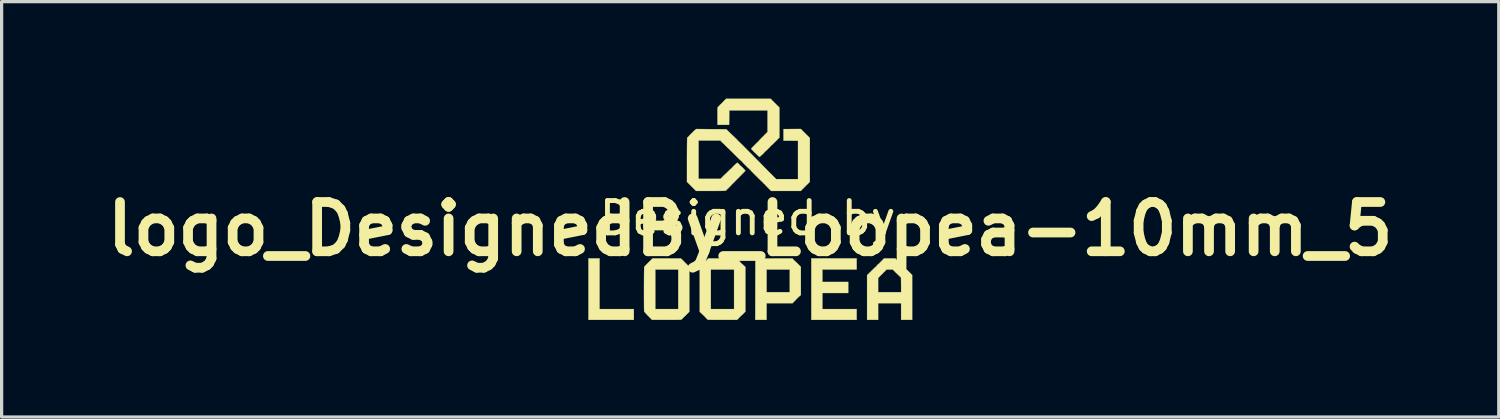
<source format=kicad_pcb>
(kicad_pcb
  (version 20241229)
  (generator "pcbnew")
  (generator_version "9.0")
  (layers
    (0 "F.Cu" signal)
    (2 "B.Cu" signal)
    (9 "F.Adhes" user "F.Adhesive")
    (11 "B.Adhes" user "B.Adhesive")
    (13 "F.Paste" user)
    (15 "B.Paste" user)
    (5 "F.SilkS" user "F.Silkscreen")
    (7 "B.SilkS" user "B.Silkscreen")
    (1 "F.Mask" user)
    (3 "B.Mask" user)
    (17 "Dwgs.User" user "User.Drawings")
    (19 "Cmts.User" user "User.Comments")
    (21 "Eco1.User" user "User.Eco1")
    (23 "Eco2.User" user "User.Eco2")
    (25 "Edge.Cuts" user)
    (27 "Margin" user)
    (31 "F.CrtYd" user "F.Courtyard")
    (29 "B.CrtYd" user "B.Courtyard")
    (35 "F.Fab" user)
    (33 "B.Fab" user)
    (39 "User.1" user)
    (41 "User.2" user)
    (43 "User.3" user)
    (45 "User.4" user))
  (footprint "logo_DesignedBy_Loopea-10mm_5"
    (layer "F.Cu")
    (at 20.146 4.031)
    (property "Reference" "logo_DesignedBy_Loopea-10mm_5" (at 0 0 0) (layer "F.SilkS") (effects (font (size 1.524 1.524) (thickness 0.3))))
    (attr through_hole)
    (fp_poly (pts (xy -4.659 2.476) (xy -3.599 2.476) (xy -3.599 2.808) (xy -4.999 2.808) (xy -4.999 0.91) (xy -4.659 0.91) (xy -4.659 2.476)) (stroke (width 0.01) (type solid)) (fill yes) (layer "F.SilkS"))
    (fp_poly (pts (xy 3.291 1.25) (xy 2.231 1.25) (xy 2.231 1.637) (xy 3.03 1.637) (xy 3.03 1.978) (xy 2.231 1.978) (xy 2.231 2.476) (xy 3.291 2.476) (xy 3.291 2.808) (xy 1.891 2.808) (xy 1.891 0.91) (xy 3.291 0.91) (xy 3.291 1.25)) (stroke (width 0.01) (type solid)) (fill yes) (layer "F.SilkS"))
    (fp_poly (pts (xy 1.34 0.95) (xy 1.358 0.969) (xy 1.371 0.982) (xy 1.376 0.986) (xy 1.376 0.985) (xy 1.382 0.989) (xy 1.396 1.003) (xy 1.418 1.024) (xy 1.446 1.051) (xy 1.471 1.076) (xy 1.566 1.171) (xy 1.566 2.038) (xy 1.536 2.067) (xy 1.518 2.082) (xy 1.504 2.09) (xy 1.499 2.09) (xy 1.496 2.09) (xy 1.498 2.093) (xy 1.497 2.104) (xy 1.489 2.114) (xy 1.479 2.116) (xy 1.477 2.115) (xy 1.472 2.116) (xy 1.471 2.119) (xy 1.466 2.128) (xy 1.451 2.145) (xy 1.429 2.169) (xy 1.402 2.198) (xy 1.389 2.211) (xy 1.307 2.294) (xy 0.506 2.294) (xy 0.506 2.808) (xy 0.158 2.808) (xy 0.16 1.861) (xy 0.161 1.25) (xy 0.506 1.25) (xy 0.506 1.954) (xy 1.226 1.954) (xy 1.226 1.25) (xy 0.506 1.25) (xy 0.161 1.25) (xy 0.162 0.914) (xy 1.303 0.91) (xy 1.34 0.95)) (stroke (width 0.01) (type solid)) (fill yes) (layer "F.SilkS"))
    (fp_poly (pts (xy -0.423 0.91) (xy -0.343 0.988) (xy -0.314 1.016) (xy -0.291 1.041) (xy -0.275 1.059) (xy -0.267 1.07) (xy -0.267 1.072) (xy -0.267 1.075) (xy -0.265 1.074) (xy -0.256 1.078) (xy -0.239 1.091) (xy -0.216 1.111) (xy -0.203 1.123) (xy -0.15 1.174) (xy -0.15 2.555) (xy -0.21 2.614) (xy -0.234 2.639) (xy -0.255 2.658) (xy -0.268 2.67) (xy -0.273 2.674) (xy -0.279 2.679) (xy -0.294 2.694) (xy -0.316 2.715) (xy -0.342 2.741) (xy -0.407 2.808) (xy -0.858 2.807) (xy -1.309 2.806) (xy -1.37 2.744) (xy -1.394 2.719) (xy -1.412 2.698) (xy -1.423 2.683) (xy -1.426 2.678) (xy -1.427 2.674) (xy -1.43 2.674) (xy -1.444 2.669) (xy -1.458 2.658) (xy -1.466 2.645) (xy -1.466 2.639) (xy -1.465 2.634) (xy -1.468 2.636) (xy -1.476 2.634) (xy -1.492 2.623) (xy -1.513 2.605) (xy -1.516 2.601) (xy -1.558 2.56) (xy -1.558 1.25) (xy -1.218 1.25) (xy -1.218 2.476) (xy -0.498 2.476) (xy -0.498 1.25) (xy -1.218 1.25) (xy -1.558 1.25) (xy -1.558 1.17) (xy -1.506 1.119) (xy -1.483 1.097) (xy -1.463 1.079) (xy -1.449 1.069) (xy -1.446 1.068) (xy -1.441 1.065) (xy -1.442 1.063) (xy -1.442 1.055) (xy -1.434 1.045) (xy -1.424 1.041) (xy -1.422 1.042) (xy -1.416 1.04) (xy -1.416 1.038) (xy -1.411 1.027) (xy -1.4 1.012) (xy -1.388 1) (xy -1.381 0.997) (xy -1.373 0.991) (xy -1.358 0.977) (xy -1.339 0.957) (xy -1.335 0.953) (xy -1.296 0.91) (xy -0.423 0.91)) (stroke (width 0.01) (type solid)) (fill yes) (layer "F.SilkS"))
    (fp_poly (pts (xy -1.883 1.169) (xy -1.883 2.559) (xy -1.974 2.65) (xy -2.004 2.68) (xy -2.03 2.705) (xy -2.05 2.723) (xy -2.062 2.732) (xy -2.065 2.733) (xy -2.068 2.733) (xy -2.075 2.745) (xy -2.075 2.745) (xy -2.088 2.762) (xy -2.107 2.78) (xy -2.11 2.781) (xy -2.125 2.793) (xy -2.131 2.802) (xy -2.13 2.803) (xy -2.137 2.804) (xy -2.158 2.805) (xy -2.192 2.806) (xy -2.238 2.806) (xy -2.294 2.807) (xy -2.36 2.807) (xy -2.432 2.808) (xy -2.511 2.808) (xy -2.579 2.808) (xy -3.034 2.807) (xy -3.068 2.773) (xy -2.112 2.773) (xy -2.108 2.777) (xy -2.104 2.773) (xy -2.108 2.769) (xy -2.112 2.773) (xy -3.068 2.773) (xy -3.15 2.69) (xy -3.184 2.655) (xy -3.214 2.623) (xy -3.238 2.597) (xy -3.254 2.578) (xy -3.261 2.569) (xy -3.261 2.568) (xy -3.263 2.564) (xy -3.27 2.563) (xy -3.272 2.562) (xy -3.274 2.559) (xy -3.276 2.553) (xy -3.277 2.542) (xy -3.279 2.526) (xy -3.28 2.505) (xy -3.28 2.476) (xy -3.281 2.439) (xy -3.282 2.393) (xy -3.282 2.337) (xy -3.282 2.27) (xy -3.283 2.191) (xy -3.283 2.099) (xy -3.283 1.994) (xy -3.283 1.874) (xy -3.283 1.863) (xy -3.283 1.728) (xy -3.282 1.608) (xy -3.282 1.501) (xy -3.281 1.409) (xy -3.28 1.332) (xy -3.279 1.268) (xy -3.279 1.25) (xy -2.935 1.25) (xy -2.935 2.476) (xy -2.223 2.476) (xy -2.223 1.25) (xy -2.935 1.25) (xy -3.279 1.25) (xy -3.278 1.22) (xy -3.277 1.187) (xy -3.276 1.17) (xy -3.275 1.167) (xy -3.268 1.166) (xy -3.267 1.163) (xy -3.262 1.155) (xy -3.246 1.138) (xy -3.223 1.114) (xy -3.193 1.083) (xy -3.159 1.048) (xy -3.142 1.032) (xy -3.018 0.91) (xy -2.58 0.91) (xy -2.143 0.91) (xy -1.883 1.169)) (stroke (width 0.01) (type solid)) (fill yes) (layer "F.SilkS"))
    (fp_poly (pts (xy 4.521 0.944) (xy 4.539 0.963) (xy 4.552 0.979) (xy 4.556 0.987) (xy 4.56 0.995) (xy 4.562 0.995) (xy 4.57 0.999) (xy 4.571 1.001) (xy 4.58 1.01) (xy 4.595 1.022) (xy 4.605 1.03) (xy 4.626 1.048) (xy 4.654 1.075) (xy 4.689 1.109) (xy 4.73 1.148) (xy 4.774 1.192) (xy 4.811 1.228) (xy 5.007 1.422) (xy 5.007 2.808) (xy 4.667 2.808) (xy 4.667 2.294) (xy 3.955 2.294) (xy 3.955 2.808) (xy 3.615 2.808) (xy 3.615 1.515) (xy 3.955 1.515) (xy 3.955 1.954) (xy 4.667 1.954) (xy 4.667 1.72) (xy 4.666 1.649) (xy 4.665 1.589) (xy 4.664 1.542) (xy 4.662 1.509) (xy 4.66 1.491) (xy 4.658 1.487) (xy 4.655 1.487) (xy 4.65 1.485) (xy 4.643 1.48) (xy 4.632 1.47) (xy 4.616 1.455) (xy 4.593 1.433) (xy 4.562 1.402) (xy 4.521 1.362) (xy 4.517 1.359) (xy 4.499 1.341) (xy 4.912 1.341) (xy 4.916 1.345) (xy 4.92 1.341) (xy 4.916 1.337) (xy 4.912 1.341) (xy 4.499 1.341) (xy 4.407 1.25) (xy 4.22 1.25) (xy 4.088 1.382) (xy 3.955 1.515) (xy 3.615 1.515) (xy 3.615 1.43) (xy 3.629 1.415) (xy 3.641 1.415) (xy 3.642 1.416) (xy 3.649 1.41) (xy 3.651 1.408) (xy 3.653 1.401) (xy 3.652 1.4) (xy 3.644 1.406) (xy 3.643 1.408) (xy 3.641 1.415) (xy 3.629 1.415) (xy 3.757 1.289) (xy 3.795 1.251) (xy 3.83 1.217) (xy 3.86 1.189) (xy 3.883 1.168) (xy 3.898 1.156) (xy 3.903 1.153) (xy 3.907 1.151) (xy 3.908 1.147) (xy 3.913 1.136) (xy 3.926 1.119) (xy 3.931 1.114) (xy 3.946 1.101) (xy 3.954 1.095) (xy 3.955 1.095) (xy 3.96 1.091) (xy 3.975 1.077) (xy 3.997 1.055) (xy 4.024 1.028) (xy 4.047 1.004) (xy 4.14 0.91) (xy 4.485 0.91) (xy 4.521 0.944)) (stroke (width 0.01) (type solid)) (fill yes) (layer "F.SilkS"))
    (fp_poly (pts (xy 0.766 -3.89) (xy 0.902 -3.755) (xy 0.902 -2.827) (xy 0.833 -2.758) (xy 0.805 -2.729) (xy 0.779 -2.704) (xy 0.758 -2.684) (xy 0.745 -2.673) (xy 0.733 -2.662) (xy 0.729 -2.658) (xy 0.73 -2.658) (xy 0.727 -2.653) (xy 0.715 -2.64) (xy 0.702 -2.626) (xy 0.683 -2.609) (xy 0.667 -2.597) (xy 0.66 -2.594) (xy 0.65 -2.589) (xy 0.649 -2.586) (xy 0.643 -2.577) (xy 0.629 -2.561) (xy 0.608 -2.538) (xy 0.582 -2.511) (xy 0.554 -2.482) (xy 0.525 -2.454) (xy 0.498 -2.428) (xy 0.474 -2.406) (xy 0.457 -2.392) (xy 0.449 -2.386) (xy 0.448 -2.386) (xy 0.444 -2.385) (xy 0.443 -2.381) (xy 0.438 -2.37) (xy 0.423 -2.353) (xy 0.403 -2.331) (xy 0.399 -2.328) (xy 0.379 -2.308) (xy 0.364 -2.295) (xy 0.356 -2.29) (xy 0.356 -2.29) (xy 0.351 -2.288) (xy 0.339 -2.276) (xy 0.327 -2.263) (xy 0.309 -2.245) (xy 0.295 -2.233) (xy 0.289 -2.231) (xy 0.279 -2.236) (xy 0.263 -2.25) (xy 0.25 -2.263) (xy 0.232 -2.28) (xy 0.218 -2.291) (xy 0.212 -2.294) (xy 0.207 -2.3) (xy 0.206 -2.307) (xy 0.203 -2.316) (xy 0.201 -2.315) (xy 0.194 -2.319) (xy 0.179 -2.332) (xy 0.157 -2.351) (xy 0.132 -2.375) (xy 0.105 -2.401) (xy 0.08 -2.427) (xy 0.057 -2.45) (xy 0.041 -2.469) (xy 0.032 -2.48) (xy 0.032 -2.482) (xy 0.037 -2.49) (xy 0.051 -2.506) (xy 0.073 -2.529) (xy 0.099 -2.557) (xy 0.129 -2.587) (xy 0.159 -2.617) (xy 0.171 -2.63) (xy 0.174 -2.63) (xy 0.178 -2.626) (xy 0.182 -2.63) (xy 0.178 -2.634) (xy 0.174 -2.63) (xy 0.171 -2.63) (xy 0.187 -2.646) (xy 0.212 -2.669) (xy 0.214 -2.669) (xy 0.218 -2.666) (xy 0.221 -2.669) (xy 0.218 -2.673) (xy 0.214 -2.669) (xy 0.212 -2.669) (xy 0.212 -2.67) (xy 0.232 -2.688) (xy 0.244 -2.698) (xy 0.246 -2.699) (xy 0.253 -2.703) (xy 0.253 -2.707) (xy 0.259 -2.715) (xy 0.274 -2.733) (xy 0.297 -2.758) (xy 0.327 -2.79) (xy 0.363 -2.826) (xy 0.396 -2.859) (xy 0.538 -3.002) (xy 0.538 -3.67) (xy -0.648 -3.67) (xy -0.65 -3.447) (xy -0.653 -3.223) (xy -1.009 -3.223) (xy -1.011 -3.495) (xy -1.011 -3.578) (xy -1.011 -3.646) (xy -1.01 -3.698) (xy -1.009 -3.735) (xy -1.007 -3.756) (xy -1.005 -3.761) (xy -0.997 -3.762) (xy -0.997 -3.765) (xy -0.992 -3.777) (xy -0.981 -3.79) (xy -0.97 -3.799) (xy -0.963 -3.8) (xy -0.959 -3.802) (xy -0.959 -3.806) (xy -0.955 -3.814) (xy -0.951 -3.814) (xy -0.944 -3.816) (xy -0.945 -3.819) (xy -0.944 -3.829) (xy -0.934 -3.838) (xy -0.923 -3.839) (xy -0.922 -3.838) (xy -0.918 -3.838) (xy -0.92 -3.841) (xy -0.918 -3.851) (xy -0.909 -3.862) (xy -0.898 -3.87) (xy -0.891 -3.87) (xy -0.886 -3.871) (xy -0.886 -3.874) (xy -0.881 -3.883) (xy -0.866 -3.9) (xy -0.845 -3.924) (xy -0.818 -3.952) (xy -0.815 -3.955) (xy -0.745 -4.026) (xy 0.631 -4.026) (xy 0.766 -3.89)) (stroke (width 0.01) (type solid)) (fill yes) (layer "F.SilkS"))
    (fp_poly (pts (xy 1.843 -2.814) (xy 1.843 -1.459) (xy 1.703 -1.319) (xy 1.562 -1.178) (xy 0.648 -1.178) (xy 0.55 -1.277) (xy 0.518 -1.309) (xy 0.49 -1.338) (xy 0.468 -1.361) (xy 0.462 -1.369) (xy 0.463 -1.368) (xy 0.467 -1.372) (xy 0.463 -1.376) (xy 0.459 -1.372) (xy 0.455 -1.378) (xy 0.451 -1.384) (xy 0.447 -1.39) (xy 0.445 -1.389) (xy 0.436 -1.391) (xy 0.427 -1.4) (xy 0.424 -1.409) (xy 0.425 -1.411) (xy 0.423 -1.415) (xy 0.416 -1.416) (xy 0.403 -1.422) (xy 0.396 -1.434) (xy 0.39 -1.445) (xy 0.388 -1.445) (xy 0.383 -1.449) (xy 0.367 -1.463) (xy 0.343 -1.486) (xy 0.312 -1.516) (xy 0.274 -1.553) (xy 0.232 -1.594) (xy 0.187 -1.639) (xy 0.141 -1.685) (xy 0.099 -1.728) (xy 0.062 -1.766) (xy 0.031 -1.798) (xy 0.008 -1.823) (xy -0.006 -1.839) (xy -0.01 -1.845) (xy -0.013 -1.85) (xy -0.016 -1.851) (xy -0.025 -1.856) (xy -0.042 -1.871) (xy -0.066 -1.893) (xy -0.095 -1.921) (xy -0.126 -1.952) (xy -0.159 -1.984) (xy -0.19 -2.016) (xy -0.218 -2.045) (xy -0.24 -2.069) (xy -0.255 -2.087) (xy -0.261 -2.096) (xy -0.261 -2.096) (xy -0.265 -2.102) (xy -0.268 -2.101) (xy -0.275 -2.105) (xy -0.291 -2.119) (xy -0.316 -2.142) (xy -0.348 -2.172) (xy -0.384 -2.208) (xy -0.425 -2.248) (xy -0.434 -2.257) (xy -0.475 -2.298) (xy -0.512 -2.335) (xy -0.543 -2.367) (xy -0.568 -2.391) (xy -0.585 -2.408) (xy -0.593 -2.415) (xy -0.593 -2.415) (xy -0.598 -2.419) (xy -0.611 -2.43) (xy -0.616 -2.434) (xy -0.629 -2.45) (xy -0.635 -2.461) (xy -0.634 -2.463) (xy -0.635 -2.467) (xy -0.638 -2.465) (xy -0.646 -2.469) (xy -0.663 -2.482) (xy -0.687 -2.504) (xy -0.716 -2.532) (xy -0.743 -2.559) (xy -0.774 -2.59) (xy -0.801 -2.617) (xy -0.821 -2.638) (xy -0.835 -2.65) (xy -0.838 -2.653) (xy -0.844 -2.657) (xy -0.857 -2.669) (xy -0.876 -2.688) (xy -0.881 -2.693) (xy -0.924 -2.737) (xy -1.598 -2.737) (xy -1.598 -1.55) (xy -0.918 -1.55) (xy -0.843 -1.625) (xy -0.816 -1.653) (xy -0.792 -1.676) (xy -0.775 -1.692) (xy -0.766 -1.7) (xy -0.766 -1.7) (xy -0.759 -1.706) (xy -0.744 -1.72) (xy -0.721 -1.742) (xy -0.693 -1.77) (xy -0.676 -1.787) (xy -0.646 -1.816) (xy -0.62 -1.841) (xy -0.599 -1.859) (xy -0.587 -1.869) (xy -0.584 -1.87) (xy -0.578 -1.872) (xy -0.577 -1.875) (xy -0.572 -1.883) (xy -0.557 -1.9) (xy -0.536 -1.923) (xy -0.51 -1.949) (xy -0.482 -1.977) (xy -0.455 -2.002) (xy -0.43 -2.025) (xy -0.411 -2.041) (xy -0.4 -2.048) (xy -0.399 -2.049) (xy -0.39 -2.043) (xy -0.373 -2.029) (xy -0.351 -2.008) (xy -0.341 -1.997) (xy -0.319 -1.974) (xy -0.302 -1.957) (xy -0.291 -1.947) (xy -0.289 -1.946) (xy -0.281 -1.94) (xy -0.265 -1.926) (xy -0.244 -1.905) (xy -0.22 -1.881) (xy -0.196 -1.857) (xy -0.175 -1.834) (xy -0.159 -1.816) (xy -0.151 -1.805) (xy -0.15 -1.804) (xy -0.156 -1.796) (xy -0.171 -1.779) (xy -0.195 -1.753) (xy -0.227 -1.72) (xy -0.266 -1.68) (xy -0.309 -1.636) (xy -0.357 -1.587) (xy -0.376 -1.569) (xy -0.425 -1.52) (xy -0.47 -1.474) (xy -0.51 -1.433) (xy -0.545 -1.398) (xy -0.572 -1.371) (xy -0.591 -1.351) (xy -0.6 -1.342) (xy -0.601 -1.341) (xy -0.606 -1.334) (xy -0.62 -1.319) (xy -0.64 -1.299) (xy -0.663 -1.276) (xy -0.686 -1.254) (xy -0.706 -1.235) (xy -0.721 -1.222) (xy -0.723 -1.22) (xy -0.736 -1.209) (xy -0.741 -1.202) (xy -0.74 -1.202) (xy -0.74 -1.198) (xy -0.746 -1.19) (xy -0.751 -1.188) (xy -0.758 -1.186) (xy -0.771 -1.184) (xy -0.79 -1.182) (xy -0.816 -1.181) (xy -0.851 -1.18) (xy -0.895 -1.179) (xy -0.949 -1.179) (xy -1.016 -1.179) (xy -1.096 -1.178) (xy -1.191 -1.178) (xy -1.216 -1.178) (xy -1.673 -1.178) (xy -1.954 -1.459) (xy -1.954 -2.134) (xy -1.954 -2.274) (xy -1.953 -2.398) (xy -1.953 -2.506) (xy -1.952 -2.599) (xy -1.951 -2.675) (xy -1.95 -2.736) (xy -1.949 -2.781) (xy -1.948 -2.81) (xy -1.946 -2.824) (xy -1.946 -2.824) (xy -1.934 -2.837) (xy -1.925 -2.84) (xy -1.917 -2.843) (xy -1.917 -2.845) (xy -1.912 -2.853) (xy -1.898 -2.869) (xy -1.876 -2.893) (xy -1.848 -2.922) (xy -1.815 -2.955) (xy -1.814 -2.956) (xy -1.781 -2.989) (xy -1.753 -3.017) (xy -1.73 -3.039) (xy -1.714 -3.053) (xy -1.709 -3.058) (xy -1.709 -3.058) (xy -1.704 -3.06) (xy -1.691 -3.07) (xy -1.688 -3.073) (xy -1.668 -3.091) (xy -1.204 -3.087) (xy -0.74 -3.083) (xy -0.719 -3.062) (xy -0.707 -3.05) (xy -0.686 -3.03) (xy -0.657 -3.002) (xy -0.624 -2.97) (xy -0.587 -2.935) (xy -0.582 -2.931) (xy -0.531 -2.882) (xy -0.49 -2.843) (xy -0.458 -2.813) (xy -0.435 -2.79) (xy -0.418 -2.774) (xy -0.407 -2.763) (xy -0.401 -2.757) (xy -0.399 -2.754) (xy -0.399 -2.753) (xy -0.4 -2.753) (xy -0.398 -2.748) (xy -0.387 -2.738) (xy -0.384 -2.736) (xy -0.373 -2.726) (xy -0.353 -2.706) (xy -0.324 -2.678) (xy -0.287 -2.642) (xy -0.244 -2.6) (xy -0.196 -2.552) (xy -0.144 -2.499) (xy -0.088 -2.443) (xy -0.03 -2.385) (xy 0.029 -2.326) (xy 0.088 -2.267) (xy 0.145 -2.208) (xy 0.201 -2.152) (xy 0.253 -2.099) (xy 0.302 -2.05) (xy 0.344 -2.006) (xy 0.381 -1.969) (xy 0.409 -1.939) (xy 0.43 -1.918) (xy 0.44 -1.906) (xy 0.441 -1.904) (xy 0.445 -1.9) (xy 0.445 -1.9) (xy 0.452 -1.896) (xy 0.464 -1.884) (xy 0.469 -1.878) (xy 0.481 -1.867) (xy 0.501 -1.845) (xy 0.53 -1.816) (xy 0.564 -1.781) (xy 0.603 -1.742) (xy 0.645 -1.7) (xy 0.647 -1.699) (xy 0.803 -1.542) (xy 1.141 -1.542) (xy 1.479 -1.542) (xy 1.479 -2.729) (xy 1.256 -2.731) (xy 1.032 -2.733) (xy 1.032 -3.089) (xy 1.298 -3.091) (xy 1.564 -3.093) (xy 1.843 -2.814)) (stroke (width 0.01) (type solid)) (fill yes) (layer "F.SilkS"))
    (fp_text user "Designed by" (at -4.75 0.25 0) (unlocked yes) (layer "F.SilkS") (effects (font (size 1 1) (thickness 0.15)) (justify left bottom))))
  (gr_rect
    (start -3 -3)
    (end 43.292 9.844)
    (stroke (width 0.1) (type default))
    (fill no)
    (layer "Edge.Cuts")))
</source>
